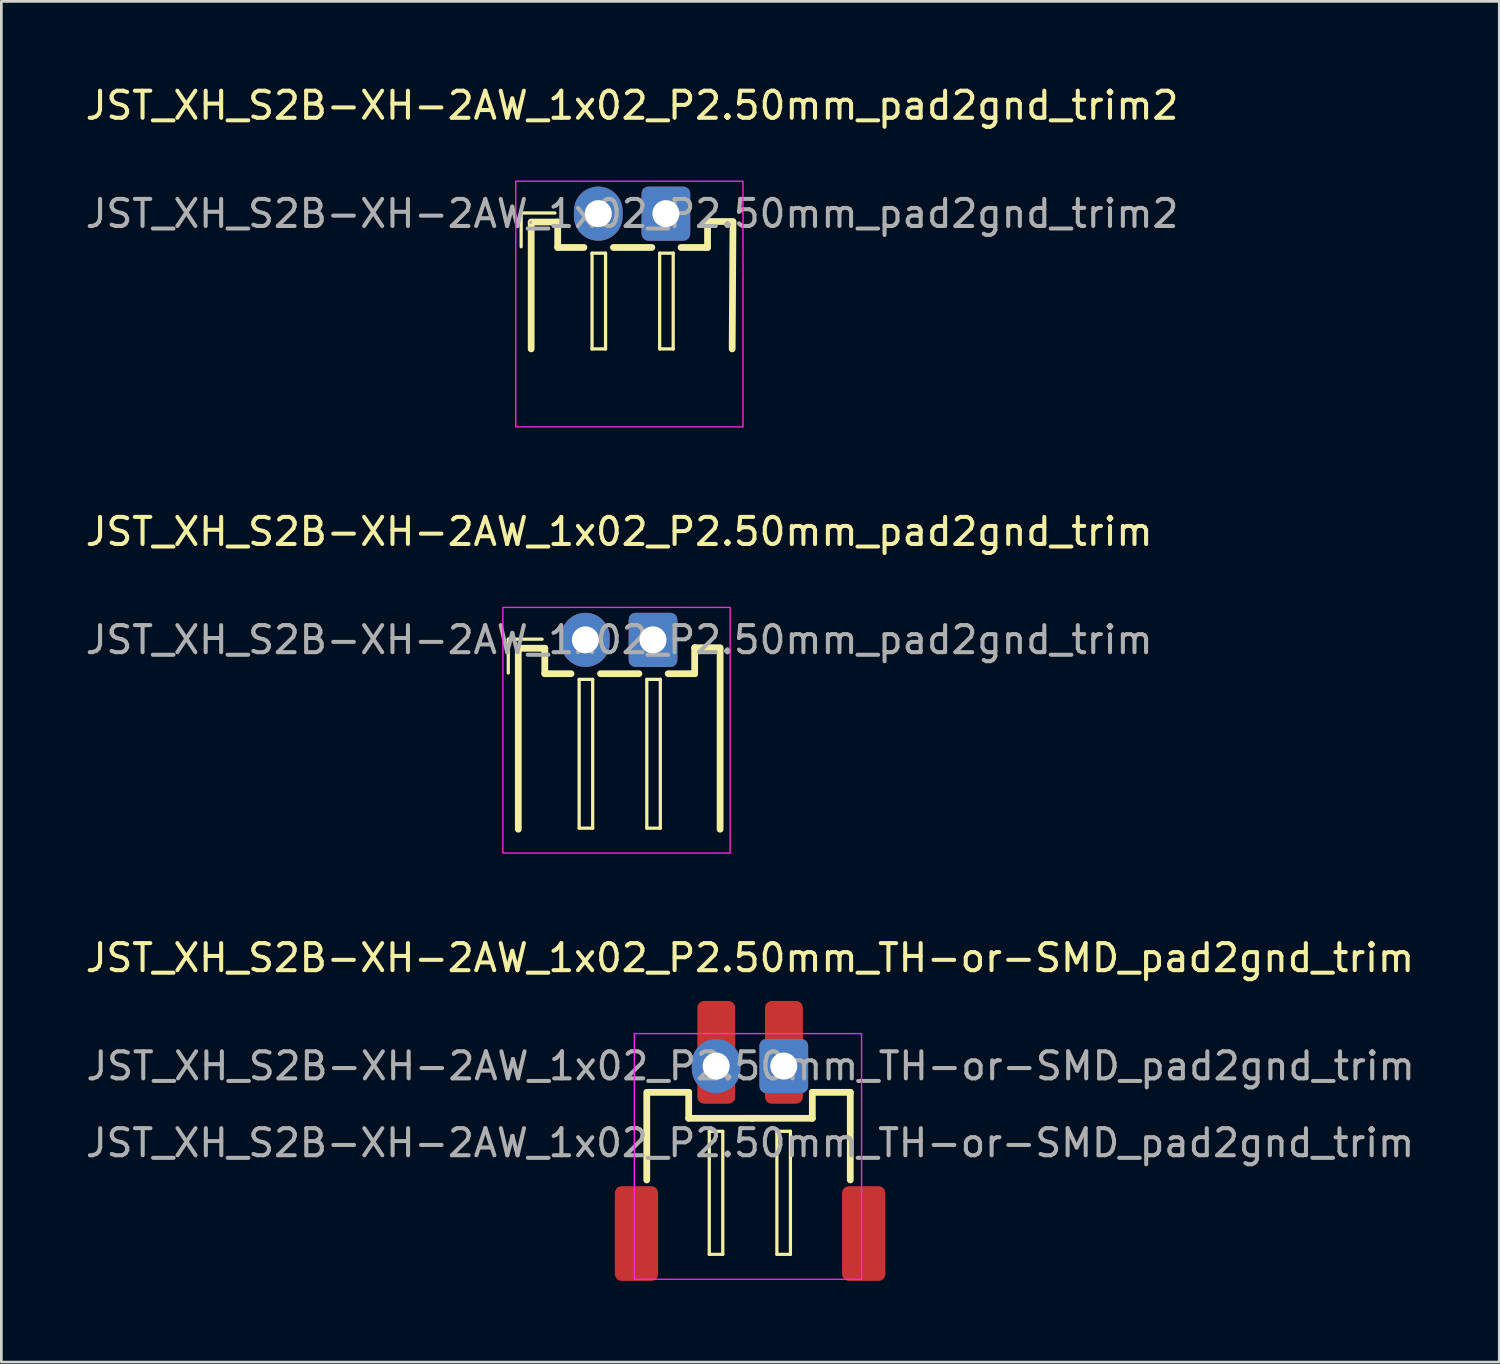
<source format=kicad_pcb>
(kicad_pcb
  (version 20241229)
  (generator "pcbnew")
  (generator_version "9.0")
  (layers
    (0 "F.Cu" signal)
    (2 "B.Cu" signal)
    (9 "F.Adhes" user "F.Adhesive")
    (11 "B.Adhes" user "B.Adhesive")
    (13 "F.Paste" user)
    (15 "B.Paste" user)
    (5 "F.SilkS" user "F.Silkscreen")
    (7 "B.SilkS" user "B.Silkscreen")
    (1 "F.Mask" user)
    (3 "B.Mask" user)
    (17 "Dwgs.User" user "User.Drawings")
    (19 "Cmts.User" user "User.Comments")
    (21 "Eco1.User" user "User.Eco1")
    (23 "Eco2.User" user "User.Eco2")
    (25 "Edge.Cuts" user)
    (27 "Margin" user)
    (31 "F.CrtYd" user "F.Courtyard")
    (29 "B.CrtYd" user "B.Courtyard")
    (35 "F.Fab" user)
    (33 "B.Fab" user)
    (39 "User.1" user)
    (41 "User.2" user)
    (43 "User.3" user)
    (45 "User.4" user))
  (footprint "JST_XH_S2B-XH-2AW_1x02_P2.50mm_pad2gnd_trim2"
    (layer "F.Cu")
    (at 20.315 4.848)
    (property "Reference" "JST_XH_S2B-XH-2AW_1x02_P2.50mm_pad2gnd_trim2" (at 0 -4 0) (layer "F.SilkS") (effects (font (size 1 1) (thickness 0.15))))
    (attr through_hole)
    (fp_line (start -4.1 -0.025) (end -4.1 1.225) (stroke (width 0.12) (type solid)) (layer "F.SilkS"))
    (fp_line (start -3.73 0.34) (end -3.73 5) (stroke (width 0.25) (type solid)) (layer "F.SilkS"))
    (fp_line (start -2.85 -0.025) (end -4.1 -0.025) (stroke (width 0.12) (type solid)) (layer "F.SilkS"))
    (fp_line (start -2.75 0.31) (end -3.73 0.31) (stroke (width 0.25) (type solid)) (layer "F.SilkS"))
    (fp_line (start -2.75 1.25) (end -2.75 0.31) (stroke (width 0.25) (type solid)) (layer "F.SilkS"))
    (fp_line (start -1.78 1.25) (end -2.75 1.25) (stroke (width 0.25) (type solid)) (layer "F.SilkS"))
    (fp_line (start -1.48 1.46) (end -1.48 5) (stroke (width 0.12) (type solid)) (layer "F.SilkS"))
    (fp_line (start -1.48 5) (end -0.98 5) (stroke (width 0.12) (type solid)) (layer "F.SilkS"))
    (fp_line (start -0.98 1.46) (end -1.48 1.46) (stroke (width 0.12) (type solid)) (layer "F.SilkS"))
    (fp_line (start -0.98 5) (end -0.98 1.46) (stroke (width 0.12) (type solid)) (layer "F.SilkS"))
    (fp_line (start 0.73 1.25) (end -0.69 1.25) (stroke (width 0.25) (type solid)) (layer "F.SilkS"))
    (fp_line (start 1.02 1.46) (end 1.02 5) (stroke (width 0.12) (type solid)) (layer "F.SilkS"))
    (fp_line (start 1.02 5) (end 1.52 5) (stroke (width 0.12) (type solid)) (layer "F.SilkS"))
    (fp_line (start 1.52 1.46) (end 1.02 1.46) (stroke (width 0.12) (type solid)) (layer "F.SilkS"))
    (fp_line (start 1.52 5) (end 1.52 1.46) (stroke (width 0.12) (type solid)) (layer "F.SilkS"))
    (fp_line (start 2.79 0.29) (end 2.79 1.25) (stroke (width 0.25) (type solid)) (layer "F.SilkS"))
    (fp_line (start 2.79 1.25) (end 1.81 1.25) (stroke (width 0.25) (type solid)) (layer "F.SilkS"))
    (fp_line (start 3.73 0.29) (end 2.79 0.29) (stroke (width 0.25) (type solid)) (layer "F.SilkS"))
    (fp_line (start 3.73 0.34) (end 3.7 5) (stroke (width 0.25) (type solid)) (layer "F.SilkS"))
    (fp_poly (pts (xy -4.3 -1.2) (xy 4.1 -1.2) (xy 4.1 7.881) (xy -4.3 7.881)) (stroke (width 0.05) (type solid)) (fill no) (layer "F.CrtYd"))
    (fp_circle (center -3.75 0.32) (end -3.72 0.32) (stroke (width 0.06) (type solid)) (fill no) (layer "F.Fab"))
    (fp_text user "${REFERENCE}" (at 0 0 0) (layer "F.Fab") (effects (font (size 1 1) (thickness 0.15))))
    (pad "1" thru_hole oval (at -1.25 0) (size 1.8 2) (drill 1) (layers "*.Cu" "*.Mask"))
    (pad "2" thru_hole roundrect (at 1.25 0) (size 1.8 2) (drill 1) (layers "*.Cu" "*.Mask") (roundrect_rratio 0.139)))
  (footprint "JST_XH_S2B-XH-2AW_1x02_P2.50mm_TH-or-SMD_pad2gnd_trim"
    (layer "F.Cu")
    (at 24.673 36.357)
    (property "Reference" "JST_XH_S2B-XH-2AW_1x02_P2.50mm_TH-or-SMD_pad2gnd_trim" (at 0 -4 0) (layer "F.SilkS") (effects (font (size 1 1) (thickness 0.15))))
    (attr through_hole)
    (fp_line (start -3.815 4.212) (end -3.815 0.972) (stroke (width 0.25) (type solid)) (layer "F.SilkS"))
    (fp_line (start -2.265 0.972) (end -3.785 0.972) (stroke (width 0.25) (type solid)) (layer "F.SilkS"))
    (fp_line (start -2.265 1.932) (end -2.265 0.972) (stroke (width 0.25) (type solid)) (layer "F.SilkS"))
    (fp_line (start -1.505 2.413) (end -1.505 6.96) (stroke (width 0.12) (type solid)) (layer "F.SilkS"))
    (fp_line (start -1.505 6.96) (end -1.005 6.96) (stroke (width 0.12) (type solid)) (layer "F.SilkS"))
    (fp_line (start -1.005 2.413) (end -1.505 2.413) (stroke (width 0.12) (type solid)) (layer "F.SilkS"))
    (fp_line (start -1.005 6.96) (end -1.005 2.413) (stroke (width 0.12) (type solid)) (layer "F.SilkS"))
    (fp_line (start 0.075 1.932) (end -2.265 1.932) (stroke (width 0.25) (type solid)) (layer "F.SilkS"))
    (fp_line (start 0.995 2.413) (end 0.995 6.96) (stroke (width 0.12) (type solid)) (layer "F.SilkS"))
    (fp_line (start 0.995 6.96) (end 1.495 6.96) (stroke (width 0.12) (type solid)) (layer "F.SilkS"))
    (fp_line (start 1.495 2.413) (end 0.995 2.413) (stroke (width 0.12) (type solid)) (layer "F.SilkS"))
    (fp_line (start 1.495 6.96) (end 1.495 2.413) (stroke (width 0.12) (type solid)) (layer "F.SilkS"))
    (fp_line (start 2.305 0.972) (end 2.305 1.932) (stroke (width 0.25) (type solid)) (layer "F.SilkS"))
    (fp_line (start 2.305 1.932) (end 0.075 1.932) (stroke (width 0.25) (type solid)) (layer "F.SilkS"))
    (fp_line (start 3.708 0.971) (end 2.305 0.972) (stroke (width 0.25) (type solid)) (layer "F.SilkS"))
    (fp_line (start 3.708 4.211) (end 3.708 0.971) (stroke (width 0.25) (type solid)) (layer "F.SilkS"))
    (fp_poly (pts (xy -4.275 -1.2) (xy 4.125 -1.2) (xy 4.125 7.881) (xy -4.275 7.881)) (stroke (width 0.05) (type solid)) (fill no) (layer "F.CrtYd"))
    (fp_text user "${REFERENCE}" (at 0.005 2.842 0) (layer "F.Fab") (effects (font (size 1 1) (thickness 0.15))))
    (fp_text user "${REFERENCE}" (at 0.025 0 0) (layer "F.Fab") (effects (font (size 1 1) (thickness 0.15))))
    (pad "1" thru_hole oval (at -1.25 0) (size 1.8 2) (drill 1) (layers "*.Cu" "*.Mask"))
    (pad "1" smd roundrect (at -1.245 -0.508 180) (size 1.4 3.8) (layers "F.Cu" "F.Mask" "F.Paste") (roundrect_rratio 0.179))
    (pad "2" thru_hole roundrect (at 1.25 0) (size 1.8 2) (drill 1) (layers "*.Cu" "*.Mask") (roundrect_rratio 0.139))
    (pad "2" smd roundrect (at 1.255 -0.508 180) (size 1.4 3.8) (layers "F.Cu" "F.Mask" "F.Paste") (roundrect_rratio 0.179))
    (pad "3" smd roundrect (at 4.205 6.192 180) (size 1.6 3.5) (layers "F.Cu" "F.Mask" "F.Paste") (roundrect_rratio 0.156))
    (pad "4" smd roundrect (at -4.195 6.192 180) (size 1.6 3.5) (layers "F.Cu" "F.Mask" "F.Paste") (roundrect_rratio 0.156)))
  (footprint "JST_XH_S2B-XH-2AW_1x02_P2.50mm_pad2gnd_trim"
    (layer "F.Cu")
    (at 19.839 20.603)
    (property "Reference" "JST_XH_S2B-XH-2AW_1x02_P2.50mm_pad2gnd_trim" (at 0 -4 0) (layer "F.SilkS") (effects (font (size 1 1) (thickness 0.15))))
    (attr through_hole)
    (fp_line (start -4.1 -0.025) (end -4.1 1.225) (stroke (width 0.12) (type solid)) (layer "F.SilkS"))
    (fp_line (start -3.73 0.34) (end -3.73 7) (stroke (width 0.25) (type solid)) (layer "F.SilkS"))
    (fp_line (start -2.85 -0.025) (end -4.1 -0.025) (stroke (width 0.12) (type solid)) (layer "F.SilkS"))
    (fp_line (start -2.75 0.31) (end -3.73 0.31) (stroke (width 0.25) (type solid)) (layer "F.SilkS"))
    (fp_line (start -2.75 1.25) (end -2.75 0.31) (stroke (width 0.25) (type solid)) (layer "F.SilkS"))
    (fp_line (start -1.78 1.25) (end -2.75 1.25) (stroke (width 0.25) (type solid)) (layer "F.SilkS"))
    (fp_line (start -1.48 1.46) (end -1.48 6.96) (stroke (width 0.12) (type solid)) (layer "F.SilkS"))
    (fp_line (start -1.48 6.96) (end -0.98 6.96) (stroke (width 0.12) (type solid)) (layer "F.SilkS"))
    (fp_line (start -0.98 1.46) (end -1.48 1.46) (stroke (width 0.12) (type solid)) (layer "F.SilkS"))
    (fp_line (start -0.98 6.96) (end -0.98 1.46) (stroke (width 0.12) (type solid)) (layer "F.SilkS"))
    (fp_line (start 0.73 1.25) (end -0.69 1.25) (stroke (width 0.25) (type solid)) (layer "F.SilkS"))
    (fp_line (start 1.02 1.46) (end 1.02 6.96) (stroke (width 0.12) (type solid)) (layer "F.SilkS"))
    (fp_line (start 1.02 6.96) (end 1.52 6.96) (stroke (width 0.12) (type solid)) (layer "F.SilkS"))
    (fp_line (start 1.52 1.46) (end 1.02 1.46) (stroke (width 0.12) (type solid)) (layer "F.SilkS"))
    (fp_line (start 1.52 6.96) (end 1.52 1.46) (stroke (width 0.12) (type solid)) (layer "F.SilkS"))
    (fp_line (start 2.79 0.29) (end 2.79 1.25) (stroke (width 0.25) (type solid)) (layer "F.SilkS"))
    (fp_line (start 2.79 1.25) (end 1.81 1.25) (stroke (width 0.25) (type solid)) (layer "F.SilkS"))
    (fp_line (start 3.73 0.29) (end 2.79 0.29) (stroke (width 0.25) (type solid)) (layer "F.SilkS"))
    (fp_line (start 3.73 0.34) (end 3.73 7) (stroke (width 0.25) (type solid)) (layer "F.SilkS"))
    (fp_poly (pts (xy -4.3 -1.2) (xy 4.1 -1.2) (xy 4.1 7.881) (xy -4.3 7.881)) (stroke (width 0.05) (type solid)) (fill no) (layer "F.CrtYd"))
    (fp_circle (center -3.75 0.32) (end -3.72 0.32) (stroke (width 0.06) (type solid)) (fill no) (layer "F.Fab"))
    (fp_text user "${REFERENCE}" (at 0 0 0) (layer "F.Fab") (effects (font (size 1 1) (thickness 0.15))))
    (pad "1" thru_hole oval (at -1.25 0) (size 1.8 2) (drill 1) (layers "*.Cu" "*.Mask"))
    (pad "2" thru_hole roundrect (at 1.25 0) (size 1.8 2) (drill 1) (layers "*.Cu" "*.Mask") (roundrect_rratio 0.139)))
  (gr_rect
    (start -3 -3)
    (end 52.371 47.299)
    (stroke (width 0.1) (type default))
    (fill no)
    (layer "Edge.Cuts")))
</source>
